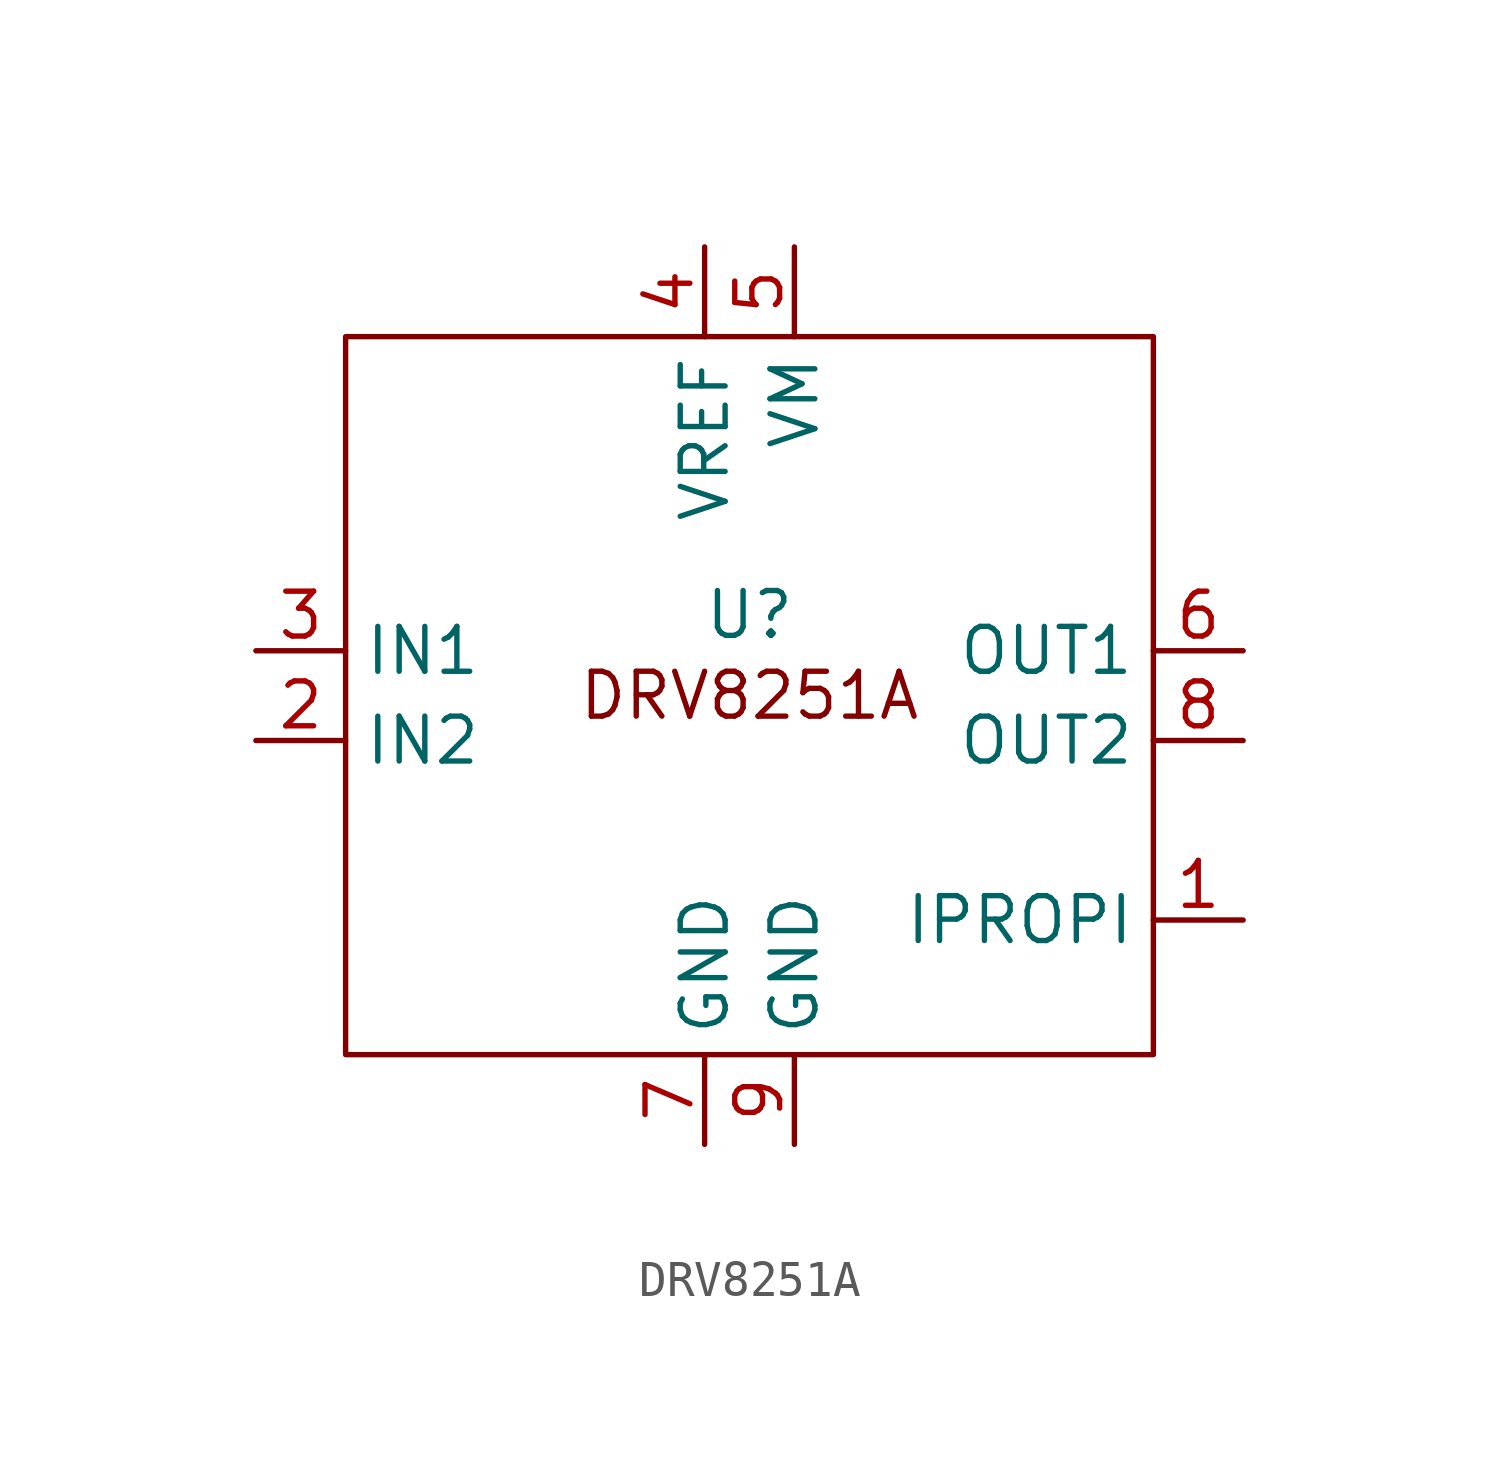
<source format=kicad_sym>
(kicad_symbol_lib
  (version 20231120)
  (generator "kicad_symbol_editor")
  (generator_version "8.0")
  (symbol "DRV8251A"
    (property "Reference" "U"
      (at 0 2.286 0)
      (effects (font (size 1.27 1.27))))
    (property "Value" ""
      (at 0 0 0)
      (effects (font (size 1.27 1.27))))
    (symbol "DRV8251A_0_0"
      (pin output line (at 13.97 -6.35 180) (length 2.54) (name "IPROPI" (effects (font (size 1.27 1.27)))) (number "1" (effects (font (size 1.27 1.27)))))
      (pin input line (at -13.97 -1.27 0) (length 2.54) (name "IN2" (effects (font (size 1.27 1.27)))) (number "2" (effects (font (size 1.27 1.27)))))
      (pin input line (at -13.97 1.27 0) (length 2.54) (name "IN1" (effects (font (size 1.27 1.27)))) (number "3" (effects (font (size 1.27 1.27)))))
      (pin power_in line (at -1.27 12.7 270) (length 2.54) (name "VREF" (effects (font (size 1.27 1.27)))) (number "4" (effects (font (size 1.27 1.27)))))
      (pin power_in line (at 1.27 12.7 270) (length 2.54) (name "VM" (effects (font (size 1.27 1.27)))) (number "5" (effects (font (size 1.27 1.27)))))
      (pin output line (at 13.97 1.27 180) (length 2.54) (name "OUT1" (effects (font (size 1.27 1.27)))) (number "6" (effects (font (size 1.27 1.27)))))
      (pin output line (at 13.97 -1.27 180) (length 2.54) (name "OUT2" (effects (font (size 1.27 1.27)))) (number "8" (effects (font (size 1.27 1.27))))))
    (symbol "DRV8251A_1_0"
      (pin power_in line (at -1.27 -12.7 90) (length 2.54) (name "GND" (effects (font (size 1.27 1.27)))) (number "7" (effects (font (size 1.27 1.27)))))
      (pin power_in line (at 1.27 -12.7 90) (length 2.54) (name "GND" (effects (font (size 1.27 1.27)))) (number "9" (effects (font (size 1.27 1.27))))))
    (symbol "DRV8251A_1_1"
      (rectangle (start -11.43 10.16) (end 11.43 -10.16) (stroke (width 0) (type default)) (fill (type none)))
      (text "DRV8251A" (at 0 0 0) (effects (font (size 1.27 1.27)))))))
</source>
